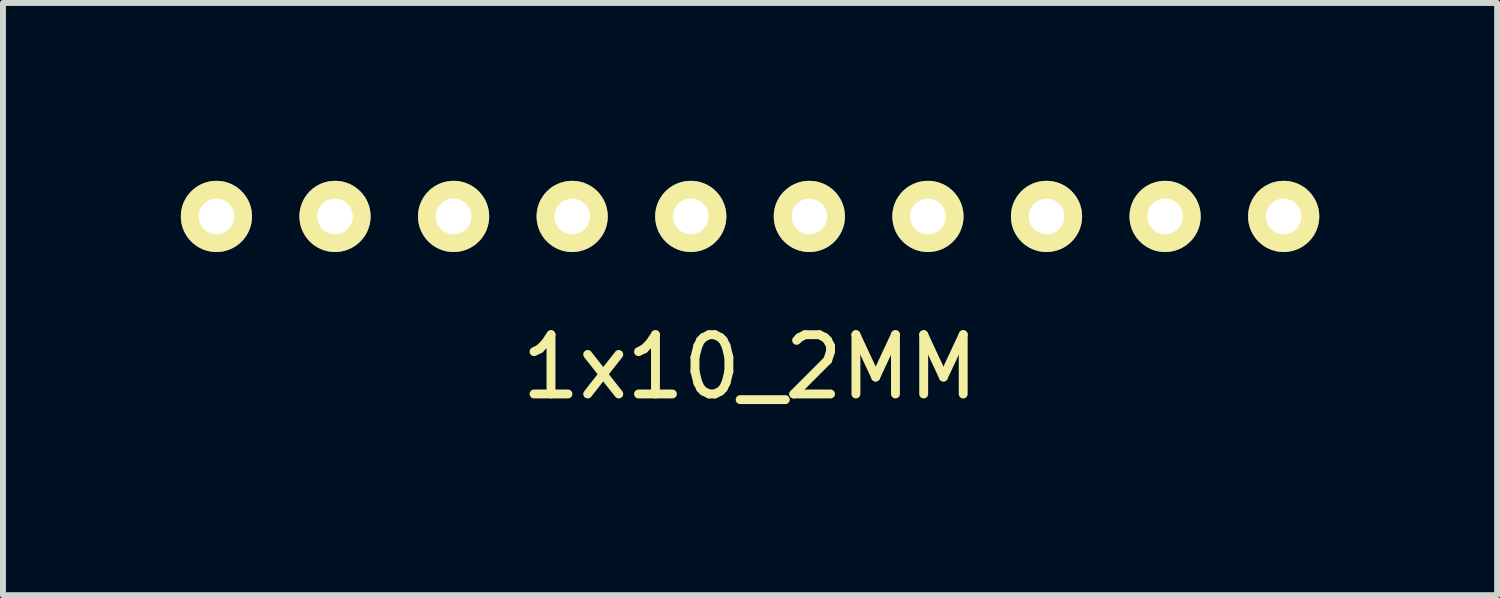
<source format=kicad_pcb>
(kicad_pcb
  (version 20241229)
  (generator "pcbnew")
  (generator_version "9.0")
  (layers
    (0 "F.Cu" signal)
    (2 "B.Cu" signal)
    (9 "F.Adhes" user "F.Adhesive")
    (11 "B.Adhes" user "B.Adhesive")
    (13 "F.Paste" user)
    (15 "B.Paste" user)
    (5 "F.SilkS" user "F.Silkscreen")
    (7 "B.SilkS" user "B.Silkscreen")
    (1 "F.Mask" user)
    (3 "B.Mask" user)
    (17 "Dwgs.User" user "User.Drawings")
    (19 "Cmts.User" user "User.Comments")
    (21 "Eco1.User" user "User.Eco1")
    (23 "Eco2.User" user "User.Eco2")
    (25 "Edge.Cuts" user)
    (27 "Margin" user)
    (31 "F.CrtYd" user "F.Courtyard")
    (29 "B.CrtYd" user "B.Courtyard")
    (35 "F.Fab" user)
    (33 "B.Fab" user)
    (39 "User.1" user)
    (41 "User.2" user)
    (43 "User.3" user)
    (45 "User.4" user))
  (footprint "1x10_2MM"
    (layer "F.Cu")
    (at 9.6 0.6)
    (property "Reference" "1x10_2MM" (at 0 2.54 0) (layer "F.SilkS") (effects (font (size 1 1) (thickness 0.15))))
    (attr through_hole)
    (pad "1" thru_hole circle (at -9 0) (size 1.2 1.2) (drill 0.6) (layers "*.Cu" "*.Mask" "F.SilkS"))
    (pad "2" thru_hole circle (at -7 0) (size 1.2 1.2) (drill 0.6) (layers "*.Cu" "*.Mask" "F.SilkS"))
    (pad "3" thru_hole circle (at -5 0) (size 1.2 1.2) (drill 0.6) (layers "*.Cu" "*.Mask" "F.SilkS"))
    (pad "4" thru_hole circle (at -3 0) (size 1.2 1.2) (drill 0.6) (layers "*.Cu" "*.Mask" "F.SilkS"))
    (pad "5" thru_hole circle (at -1 0) (size 1.2 1.2) (drill 0.6) (layers "*.Cu" "*.Mask" "F.SilkS"))
    (pad "6" thru_hole circle (at 1 0) (size 1.2 1.2) (drill 0.6) (layers "*.Cu" "*.Mask" "F.SilkS"))
    (pad "7" thru_hole circle (at 3 0) (size 1.2 1.2) (drill 0.6) (layers "*.Cu" "*.Mask" "F.SilkS"))
    (pad "8" thru_hole circle (at 5 0) (size 1.2 1.2) (drill 0.6) (layers "*.Cu" "*.Mask" "F.SilkS"))
    (pad "9" thru_hole circle (at 7 0) (size 1.2 1.2) (drill 0.6) (layers "*.Cu" "*.Mask" "F.SilkS"))
    (pad "10" thru_hole circle (at 9 0) (size 1.2 1.2) (drill 0.6) (layers "*.Cu" "*.Mask" "F.SilkS")))
  (gr_rect
    (start -3 -3)
    (end 22.2 6.988)
    (stroke (width 0.1) (type default))
    (fill no)
    (layer "Edge.Cuts")))
</source>
